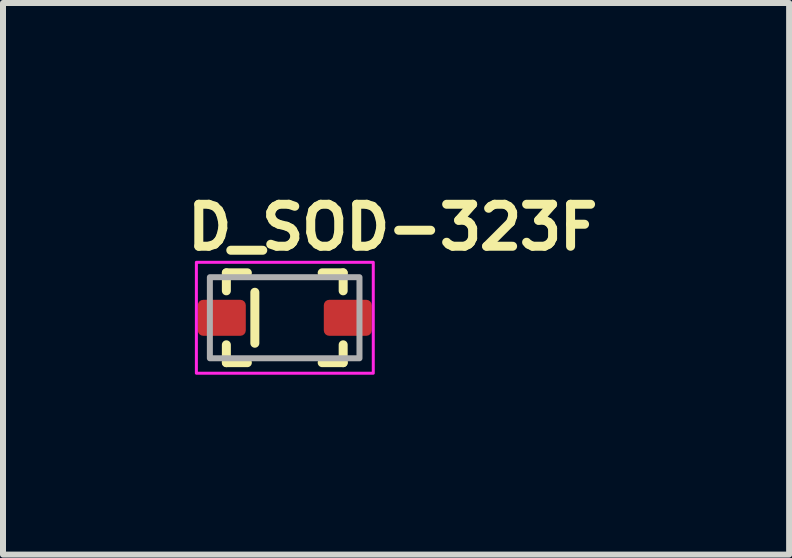
<source format=kicad_pcb>
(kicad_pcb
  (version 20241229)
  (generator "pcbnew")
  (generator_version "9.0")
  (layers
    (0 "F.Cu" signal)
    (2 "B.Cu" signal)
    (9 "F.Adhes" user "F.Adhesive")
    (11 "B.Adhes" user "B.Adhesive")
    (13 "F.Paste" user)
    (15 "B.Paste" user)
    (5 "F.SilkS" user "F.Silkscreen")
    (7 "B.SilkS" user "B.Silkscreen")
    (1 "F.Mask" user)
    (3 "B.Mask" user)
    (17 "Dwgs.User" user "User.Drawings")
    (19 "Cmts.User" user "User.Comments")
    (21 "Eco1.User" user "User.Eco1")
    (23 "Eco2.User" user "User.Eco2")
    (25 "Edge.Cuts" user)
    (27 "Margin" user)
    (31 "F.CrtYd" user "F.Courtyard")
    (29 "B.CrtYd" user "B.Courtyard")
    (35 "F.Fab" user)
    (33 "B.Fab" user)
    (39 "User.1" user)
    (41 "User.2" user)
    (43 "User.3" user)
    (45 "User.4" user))
  (footprint "D_SOD-323F"
    (layer "F.Cu")
    (at 1.7 2.249)
    (property "Reference" "D_SOD-323F" (at -1.7 -1.099 0) (layer "F.SilkS") (effects (font (size 0.7 0.7) (thickness 0.15)) (justify left bottom)))
    (attr smd)
    (fp_line (start -0.975 -0.749) (end -0.975 -0.449) (stroke (width 0.15) (type solid)) (layer "F.SilkS"))
    (fp_line (start -0.975 0.749) (end -0.975 0.451) (stroke (width 0.15) (type solid)) (layer "F.SilkS"))
    (fp_line (start -0.625 -0.749) (end -0.975 -0.749) (stroke (width 0.15) (type solid)) (layer "F.SilkS"))
    (fp_line (start -0.625 0.749) (end -0.975 0.749) (stroke (width 0.15) (type solid)) (layer "F.SilkS"))
    (fp_line (start -0.5 -0.425) (end -0.5 0.425) (stroke (width 0.15) (type solid)) (layer "F.SilkS"))
    (fp_line (start 0.623 -0.749) (end 0.973 -0.749) (stroke (width 0.15) (type solid)) (layer "F.SilkS"))
    (fp_line (start 0.973 -0.749) (end 0.973 -0.449) (stroke (width 0.15) (type solid)) (layer "F.SilkS"))
    (fp_line (start 0.973 0.451) (end 0.973 0.749) (stroke (width 0.15) (type solid)) (layer "F.SilkS"))
    (fp_line (start 0.973 0.749) (end 0.623 0.749) (stroke (width 0.15) (type solid)) (layer "F.SilkS"))
    (fp_rect (start -1.475 -0.925) (end 1.475 0.925) (stroke (width 0.05) (type solid)) (fill no) (layer "F.CrtYd"))
    (fp_rect (start -1.25 -0.676) (end 1.245 0.676) (stroke (width 0.1) (type solid)) (fill no) (layer "F.Fab"))
    (fp_rect (start -0.864 -0.676) (end 0.86 0.676) (stroke (width 0.1) (type solid)) (fill no) (layer "User.5"))
    (fp_line (start -1.25 -0.201) (end -1.25 0.201) (stroke (width 0.02) (type solid)) (layer "User.9"))
    (fp_line (start -1.25 0.201) (end -0.902 0.201) (stroke (width 0.02) (type solid)) (layer "User.9"))
    (fp_line (start -0.902 -0.676) (end 0.9 -0.676) (stroke (width 0.02) (type solid)) (layer "User.9"))
    (fp_line (start -0.902 -0.201) (end -1.25 -0.201) (stroke (width 0.02) (type solid)) (layer "User.9"))
    (fp_line (start -0.902 -0.201) (end -0.902 -0.676) (stroke (width 0.02) (type solid)) (layer "User.9"))
    (fp_line (start -0.902 0.201) (end -0.902 -0.201) (stroke (width 0.02) (type solid)) (layer "User.9"))
    (fp_line (start -0.902 0.676) (end -0.902 0.201) (stroke (width 0.02) (type solid)) (layer "User.9"))
    (fp_line (start -0.823 -0.6) (end -0.902 -0.676) (stroke (width 0.02) (type solid)) (layer "User.9"))
    (fp_line (start -0.823 -0.6) (end -0.778 -0.552) (stroke (width 0.02) (type solid)) (layer "User.9"))
    (fp_line (start -0.823 0.6) (end -0.902 0.676) (stroke (width 0.02) (type solid)) (layer "User.9"))
    (fp_line (start -0.823 0.6) (end -0.778 0.552) (stroke (width 0.02) (type solid)) (layer "User.9"))
    (fp_line (start -0.75 -0.438) (end -0.75 0.438) (stroke (width 0.02) (type solid)) (layer "User.9"))
    (fp_line (start -0.75 0.438) (end -0.6 0.438) (stroke (width 0.02) (type solid)) (layer "User.9"))
    (fp_line (start -0.6 -0.438) (end -0.75 -0.438) (stroke (width 0.02) (type solid)) (layer "User.9"))
    (fp_line (start -0.6 0.438) (end -0.6 -0.438) (stroke (width 0.02) (type solid)) (layer "User.9"))
    (fp_line (start 0.776 -0.552) (end 0.821 -0.6) (stroke (width 0.02) (type solid)) (layer "User.9"))
    (fp_line (start 0.776 0.552) (end 0.821 0.6) (stroke (width 0.02) (type solid)) (layer "User.9"))
    (fp_line (start 0.9 -0.676) (end 0.821 -0.6) (stroke (width 0.02) (type solid)) (layer "User.9"))
    (fp_line (start 0.9 -0.676) (end 0.9 -0.201) (stroke (width 0.02) (type solid)) (layer "User.9"))
    (fp_line (start 0.9 -0.201) (end 0.9 0.201) (stroke (width 0.02) (type solid)) (layer "User.9"))
    (fp_line (start 0.9 0.201) (end 0.9 0.676) (stroke (width 0.02) (type solid)) (layer "User.9"))
    (fp_line (start 0.9 0.201) (end 1.249 0.201) (stroke (width 0.02) (type solid)) (layer "User.9"))
    (fp_line (start 0.9 0.676) (end -0.902 0.676) (stroke (width 0.02) (type solid)) (layer "User.9"))
    (fp_line (start 0.9 0.676) (end 0.821 0.6) (stroke (width 0.02) (type solid)) (layer "User.9"))
    (fp_line (start 1.249 -0.201) (end 0.9 -0.201) (stroke (width 0.02) (type solid)) (layer "User.9"))
    (fp_line (start 1.249 0.201) (end 1.249 -0.201) (stroke (width 0.02) (type solid)) (layer "User.9"))
    (pad "A" smd roundrect (at 1.05 0.001) (size 0.8 0.6) (layers "F.Cu" "F.Mask" "F.Paste") (roundrect_rratio 0.15))
    (pad "K" smd roundrect (at -1.051 0.001) (size 0.8 0.6) (layers "F.Cu" "F.Mask" "F.Paste") (roundrect_rratio 0.15)))
  (gr_rect
    (start -3 -3)
    (end 10.11 6.199)
    (stroke (width 0.1) (type default))
    (fill no)
    (layer "Edge.Cuts")))
</source>
